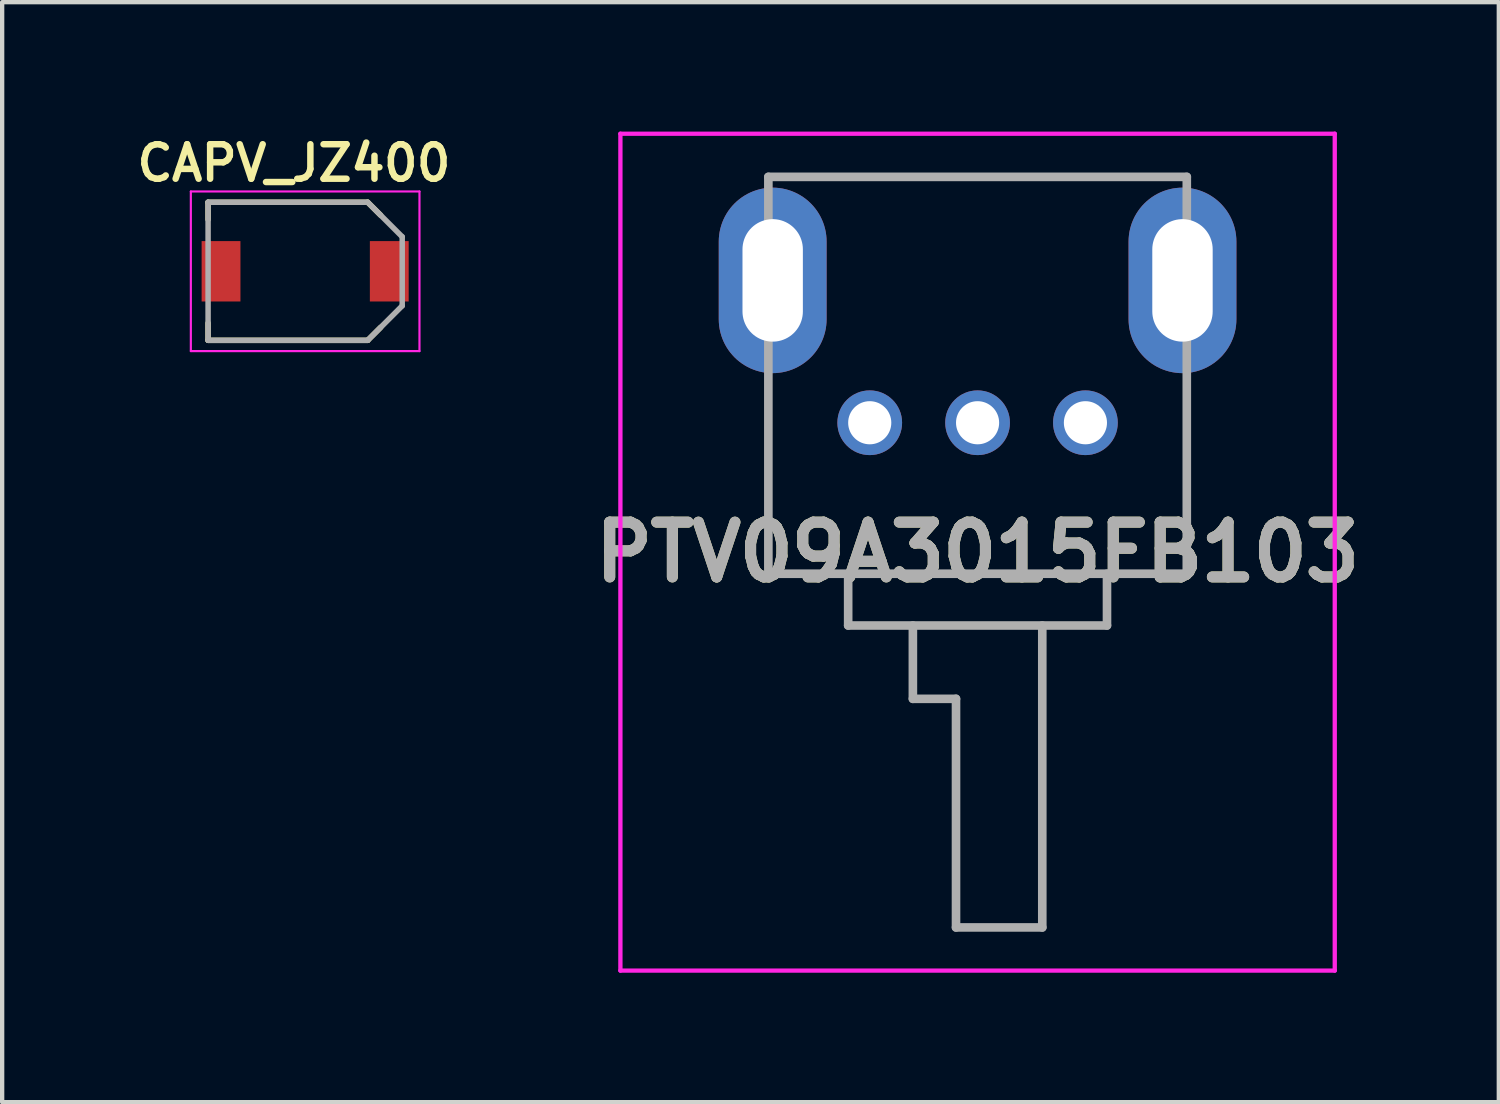
<source format=kicad_pcb>
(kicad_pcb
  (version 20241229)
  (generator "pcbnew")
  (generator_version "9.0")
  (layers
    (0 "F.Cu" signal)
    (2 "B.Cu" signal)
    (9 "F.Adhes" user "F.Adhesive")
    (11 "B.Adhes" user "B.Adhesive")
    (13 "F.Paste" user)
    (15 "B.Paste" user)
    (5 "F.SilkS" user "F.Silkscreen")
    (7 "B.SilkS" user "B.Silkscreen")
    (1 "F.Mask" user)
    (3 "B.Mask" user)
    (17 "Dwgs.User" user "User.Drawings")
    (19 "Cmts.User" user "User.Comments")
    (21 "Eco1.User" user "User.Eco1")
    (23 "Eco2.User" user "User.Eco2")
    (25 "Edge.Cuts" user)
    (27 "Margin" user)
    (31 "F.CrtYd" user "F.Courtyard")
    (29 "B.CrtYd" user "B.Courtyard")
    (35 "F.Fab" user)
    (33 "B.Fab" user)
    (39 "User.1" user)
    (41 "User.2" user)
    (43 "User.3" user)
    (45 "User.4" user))
  (footprint "PTV09A3015FB103"
    (layer "F.Cu")
    (at 19.612 6.75)
    (property "Reference" "PTV09A3015FB103" (at 0 3 0) (layer "F.SilkS") (effects (font (size 1.27 1.27) (thickness 0.254))))
    (attr through_hole)
    (fp_line (start -8.28 -6.7) (end 8.28 -6.7) (stroke (width 0.1) (type solid)) (layer "F.CrtYd"))
    (fp_line (start -8.28 12.7) (end -8.28 -6.7) (stroke (width 0.1) (type solid)) (layer "F.CrtYd"))
    (fp_line (start 8.28 -6.7) (end 8.28 12.7) (stroke (width 0.1) (type solid)) (layer "F.CrtYd"))
    (fp_line (start 8.28 12.7) (end -8.28 12.7) (stroke (width 0.1) (type solid)) (layer "F.CrtYd"))
    (fp_line (start -4.85 -5.7) (end 4.85 -5.7) (stroke (width 0.2) (type solid)) (layer "F.Fab"))
    (fp_line (start -4.85 3.5) (end -4.85 -5.7) (stroke (width 0.2) (type solid)) (layer "F.Fab"))
    (fp_line (start -3 3.5) (end -3 4.7) (stroke (width 0.2) (type solid)) (layer "F.Fab"))
    (fp_line (start -3 4.7) (end 3 4.7) (stroke (width 0.2) (type solid)) (layer "F.Fab"))
    (fp_line (start -1.5 6.4) (end -1.5 4.7) (stroke (width 0.2) (type solid)) (layer "F.Fab"))
    (fp_line (start -0.5 6.4) (end -1.5 6.4) (stroke (width 0.2) (type solid)) (layer "F.Fab"))
    (fp_line (start -0.5 11.7) (end -0.5 6.4) (stroke (width 0.2) (type solid)) (layer "F.Fab"))
    (fp_line (start 1.5 4.7) (end 1.5 11.7) (stroke (width 0.2) (type solid)) (layer "F.Fab"))
    (fp_line (start 1.5 11.7) (end -0.5 11.7) (stroke (width 0.2) (type solid)) (layer "F.Fab"))
    (fp_line (start 3 4.7) (end 3 3.5) (stroke (width 0.2) (type solid)) (layer "F.Fab"))
    (fp_line (start 4.85 -5.7) (end 4.85 3.5) (stroke (width 0.2) (type solid)) (layer "F.Fab"))
    (fp_line (start 4.85 3.5) (end -4.85 3.5) (stroke (width 0.2) (type solid)) (layer "F.Fab"))
    (fp_text user "${REFERENCE}" (at 0 3 0) (layer "F.Fab") (effects (font (size 1.27 1.27) (thickness 0.254))))
    (pad "" thru_hole oval (at -4.75 -3.3) (size 2.5 4.3) (drill oval 1.4 2.84) (layers "*.Cu" "*.Mask"))
    (pad "" thru_hole oval (at 4.75 -3.3) (size 2.5 4.3) (drill oval 1.4 2.84) (layers "*.Cu" "*.Mask"))
    (pad "1" thru_hole circle (at -2.5 0) (size 1.5 1.5) (drill 1) (layers "*.Cu" "*.Mask"))
    (pad "2" thru_hole circle (at 0 0) (size 1.5 1.5) (drill 1) (layers "*.Cu" "*.Mask"))
    (pad "3" thru_hole circle (at 2.5 0) (size 1.5 1.5) (drill 1) (layers "*.Cu" "*.Mask")))
  (footprint "CAPV_JZ400"
    (layer "F.Cu")
    (at 4.024 3.239)
    (property "Reference" "CAPV_JZ400" (at -0.26 -2.508 0) (layer "F.SilkS") (effects (font (size 0.8 0.8) (thickness 0.15))))
    (attr smd)
    (fp_line (start -2.25 -1.6) (end -2.25 -1.2) (stroke (width 0.127) (type solid)) (layer "F.SilkS"))
    (fp_line (start -2.25 -1.6) (end 1.45 -1.6) (stroke (width 0.127) (type solid)) (layer "F.SilkS"))
    (fp_line (start -2.25 1.2) (end -2.25 1.6) (stroke (width 0.127) (type solid)) (layer "F.SilkS"))
    (fp_line (start 1.45 -1.6) (end 1.75 -1.3) (stroke (width 0.127) (type solid)) (layer "F.SilkS"))
    (fp_line (start 1.45 1.6) (end -2.25 1.6) (stroke (width 0.127) (type solid)) (layer "F.SilkS"))
    (fp_line (start 1.75 1.3) (end 1.45 1.6) (stroke (width 0.127) (type solid)) (layer "F.SilkS"))
    (fp_line (start -2.65 -1.85) (end -2.65 1.85) (stroke (width 0.05) (type solid)) (layer "F.CrtYd"))
    (fp_line (start -2.65 1.85) (end 2.65 1.85) (stroke (width 0.05) (type solid)) (layer "F.CrtYd"))
    (fp_line (start 2.65 -1.85) (end -2.65 -1.85) (stroke (width 0.05) (type solid)) (layer "F.CrtYd"))
    (fp_line (start 2.65 1.85) (end 2.65 -1.85) (stroke (width 0.05) (type solid)) (layer "F.CrtYd"))
    (fp_line (start -2.25 -1.6) (end -2.25 1.6) (stroke (width 0.127) (type solid)) (layer "F.Fab"))
    (fp_line (start -2.25 1.6) (end 1.45 1.6) (stroke (width 0.127) (type solid)) (layer "F.Fab"))
    (fp_line (start 1.45 -1.6) (end -2.25 -1.6) (stroke (width 0.127) (type solid)) (layer "F.Fab"))
    (fp_line (start 1.45 1.6) (end 2.25 0.8) (stroke (width 0.127) (type solid)) (layer "F.Fab"))
    (fp_line (start 2.25 -0.8) (end 1.45 -1.6) (stroke (width 0.127) (type solid)) (layer "F.Fab"))
    (fp_line (start 2.25 0.8) (end 2.25 -0.8) (stroke (width 0.127) (type solid)) (layer "F.Fab"))
    (pad "1" smd rect (at -1.95 0) (size 0.9 1.4) (layers "F.Cu" "F.Mask" "F.Paste"))
    (pad "2" smd rect (at 1.95 0) (size 0.9 1.4) (layers "F.Cu" "F.Mask" "F.Paste")))
  (gr_rect
    (start -3 -3)
    (end 31.695 22.5)
    (stroke (width 0.1) (type default))
    (fill no)
    (layer "Edge.Cuts")))
</source>
